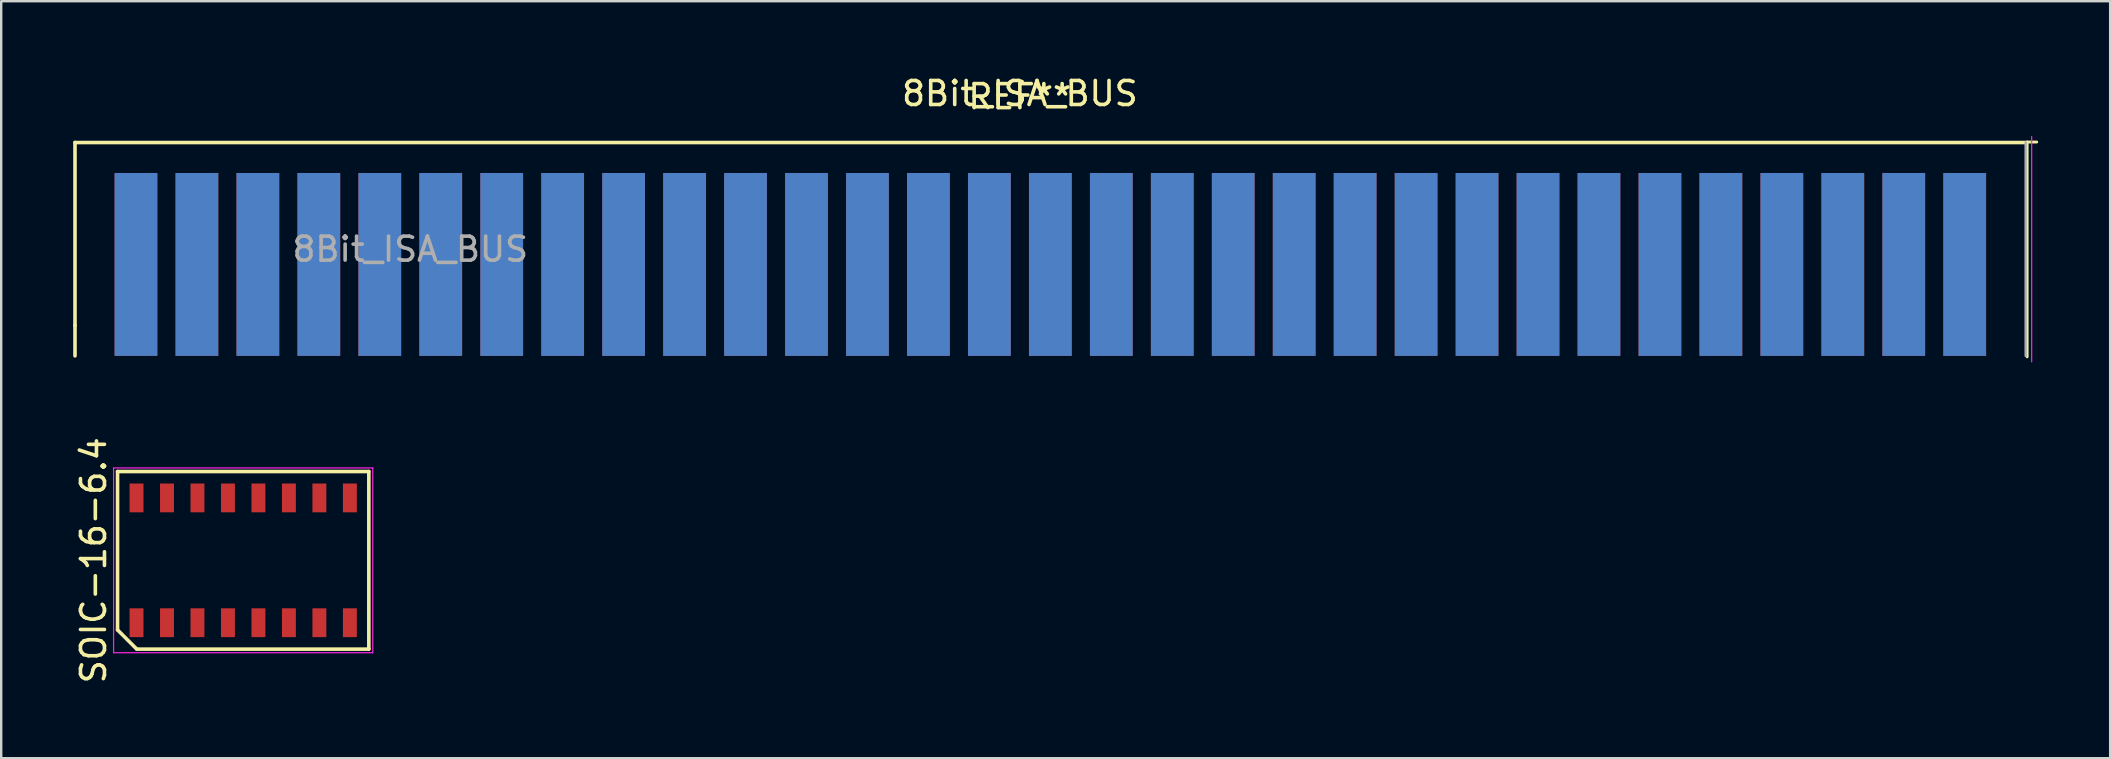
<source format=kicad_pcb>
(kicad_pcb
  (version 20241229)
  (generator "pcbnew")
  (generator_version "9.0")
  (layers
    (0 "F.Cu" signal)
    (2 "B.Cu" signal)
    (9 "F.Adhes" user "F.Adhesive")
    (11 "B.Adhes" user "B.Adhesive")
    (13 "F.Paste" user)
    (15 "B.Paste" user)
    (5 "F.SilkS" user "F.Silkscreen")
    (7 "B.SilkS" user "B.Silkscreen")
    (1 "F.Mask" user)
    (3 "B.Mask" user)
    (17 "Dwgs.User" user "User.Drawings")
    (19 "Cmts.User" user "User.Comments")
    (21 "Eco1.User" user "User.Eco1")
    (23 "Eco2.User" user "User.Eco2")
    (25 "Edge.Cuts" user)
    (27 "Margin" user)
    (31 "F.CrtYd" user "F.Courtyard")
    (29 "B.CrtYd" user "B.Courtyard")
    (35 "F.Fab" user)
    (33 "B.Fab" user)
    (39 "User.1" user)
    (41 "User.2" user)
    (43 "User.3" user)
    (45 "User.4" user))
  (footprint "8Bit_ISA_BUS"
    (layer "F.Cu")
    (at 39.445 0.348)
    (property "Reference" "8Bit_ISA_BUS" (at 0 0.5 0) (layer "F.SilkS") (effects (font (size 1 1) (thickness 0.15))))
    (attr through_hole)
    (fp_line (start -39.37 2.54) (end -39.37 10.16) (stroke (width 0.15) (type solid)) (layer "F.SilkS"))
    (fp_line (start -39.37 10.16) (end -39.37 11.43) (stroke (width 0.15) (type solid)) (layer "F.SilkS"))
    (fp_line (start 41.91 2.54) (end -39.37 2.54) (stroke (width 0.15) (type solid)) (layer "F.SilkS"))
    (fp_line (start 41.97 2.52) (end 42.37 2.52) (stroke (width 0.12) (type solid)) (layer "F.SilkS"))
    (fp_line (start 41.97 11.47) (end 41.97 2.52) (stroke (width 0.12) (type solid)) (layer "F.SilkS"))
    (fp_line (start 42.16 11.68) (end 42.16 2.29) (stroke (width 0.05) (type solid)) (layer "F.CrtYd"))
    (fp_line (start 41.91 2.54) (end 41.91 11.43) (stroke (width 0.1) (type solid)) (layer "F.Fab"))
    (fp_text user "REF**" (at 0 0.63 0) (layer "F.SilkS") (effects (font (size 1 1) (thickness 0.15))))
    (fp_text user "${REFERENCE}" (at -25.4 6.985 0) (layer "F.Fab") (effects (font (size 1 1) (thickness 0.15))))
    (pad "1" connect rect (at 39.37 7.62) (size 1.78 7.62) (layers "B.Cu" "B.Mask"))
    (pad "2" connect rect (at 36.83 7.62) (size 1.78 7.62) (layers "B.Cu" "B.Mask"))
    (pad "3" connect rect (at 34.29 7.62) (size 1.78 7.62) (layers "B.Cu" "B.Mask"))
    (pad "4" connect rect (at 31.75 7.62) (size 1.78 7.62) (layers "B.Cu" "B.Mask"))
    (pad "5" connect rect (at 29.21 7.62) (size 1.78 7.62) (layers "B.Cu" "B.Mask"))
    (pad "6" connect rect (at 26.67 7.62) (size 1.78 7.62) (layers "B.Cu" "B.Mask"))
    (pad "7" connect rect (at 24.13 7.62) (size 1.78 7.62) (layers "B.Cu" "B.Mask"))
    (pad "8" connect rect (at 21.59 7.62) (size 1.78 7.62) (layers "B.Cu" "B.Mask"))
    (pad "9" connect rect (at 19.05 7.62) (size 1.78 7.62) (layers "B.Cu" "B.Mask"))
    (pad "10" connect rect (at 16.51 7.62) (size 1.78 7.62) (layers "B.Cu" "B.Mask"))
    (pad "11" connect rect (at 13.97 7.62) (size 1.78 7.62) (layers "B.Cu" "B.Mask"))
    (pad "12" connect rect (at 11.43 7.62) (size 1.78 7.62) (layers "B.Cu" "B.Mask"))
    (pad "13" connect rect (at 8.89 7.62) (size 1.78 7.62) (layers "B.Cu" "B.Mask"))
    (pad "14" connect rect (at 6.35 7.62) (size 1.78 7.62) (layers "B.Cu" "B.Mask"))
    (pad "15" connect rect (at 3.81 7.62) (size 1.78 7.62) (layers "B.Cu" "B.Mask"))
    (pad "16" connect rect (at 1.27 7.62) (size 1.78 7.62) (layers "B.Cu" "B.Mask"))
    (pad "17" connect rect (at -1.27 7.62) (size 1.78 7.62) (layers "B.Cu" "B.Mask"))
    (pad "18" connect rect (at -3.81 7.62) (size 1.78 7.62) (layers "B.Cu" "B.Mask"))
    (pad "19" connect rect (at -6.35 7.62) (size 1.78 7.62) (layers "B.Cu" "B.Mask"))
    (pad "20" connect rect (at -8.89 7.62) (size 1.78 7.62) (layers "B.Cu" "B.Mask"))
    (pad "21" connect rect (at -11.43 7.62) (size 1.78 7.62) (layers "B.Cu" "B.Mask"))
    (pad "22" connect rect (at -13.97 7.62) (size 1.78 7.62) (layers "B.Cu" "B.Mask"))
    (pad "23" connect rect (at -16.51 7.62) (size 1.78 7.62) (layers "B.Cu" "B.Mask"))
    (pad "24" connect rect (at -19.05 7.62) (size 1.78 7.62) (layers "B.Cu" "B.Mask"))
    (pad "25" connect rect (at -21.59 7.62) (size 1.78 7.62) (layers "B.Cu" "B.Mask"))
    (pad "26" connect rect (at -24.13 7.62) (size 1.78 7.62) (layers "B.Cu" "B.Mask"))
    (pad "27" connect rect (at -26.67 7.62) (size 1.78 7.62) (layers "B.Cu" "B.Mask"))
    (pad "28" connect rect (at -29.21 7.62) (size 1.78 7.62) (layers "B.Cu" "B.Mask"))
    (pad "29" connect rect (at -31.75 7.62) (size 1.78 7.62) (layers "B.Cu" "B.Mask"))
    (pad "30" connect rect (at -34.29 7.62) (size 1.78 7.62) (layers "B.Cu" "B.Mask"))
    (pad "31" connect rect (at -36.83 7.62) (size 1.78 7.62) (layers "B.Cu" "B.Mask"))
    (pad "32" connect rect (at 39.37 7.62) (size 1.78 7.62) (layers "F.Cu" "F.Mask"))
    (pad "33" connect rect (at 36.83 7.62) (size 1.78 7.62) (layers "F.Cu" "F.Mask"))
    (pad "34" connect rect (at 34.29 7.62) (size 1.78 7.62) (layers "F.Cu" "F.Mask"))
    (pad "35" connect rect (at 31.75 7.62) (size 1.78 7.62) (layers "F.Cu" "F.Mask"))
    (pad "36" connect rect (at 29.21 7.62) (size 1.78 7.62) (layers "F.Cu" "F.Mask"))
    (pad "37" connect rect (at 26.67 7.62) (size 1.78 7.62) (layers "F.Cu" "F.Mask"))
    (pad "38" connect rect (at 24.13 7.62) (size 1.78 7.62) (layers "F.Cu" "F.Mask"))
    (pad "39" connect rect (at 21.59 7.62) (size 1.78 7.62) (layers "F.Cu" "F.Mask"))
    (pad "40" connect rect (at 19.05 7.62) (size 1.78 7.62) (layers "F.Cu" "F.Mask"))
    (pad "41" connect rect (at 16.51 7.62) (size 1.78 7.62) (layers "F.Cu" "F.Mask"))
    (pad "42" connect rect (at 13.97 7.62) (size 1.78 7.62) (layers "F.Cu" "F.Mask"))
    (pad "43" connect rect (at 11.43 7.62) (size 1.78 7.62) (layers "F.Cu" "F.Mask"))
    (pad "44" connect rect (at 8.89 7.62) (size 1.78 7.62) (layers "F.Cu" "F.Mask"))
    (pad "45" connect rect (at 6.35 7.62) (size 1.78 7.62) (layers "F.Cu" "F.Mask"))
    (pad "46" connect rect (at 3.81 7.62) (size 1.78 7.62) (layers "F.Cu" "F.Mask"))
    (pad "47" connect rect (at 1.27 7.62) (size 1.78 7.62) (layers "F.Cu" "F.Mask"))
    (pad "48" connect rect (at -1.27 7.62) (size 1.78 7.62) (layers "F.Cu" "F.Mask"))
    (pad "49" connect rect (at -3.81 7.62) (size 1.78 7.62) (layers "F.Cu" "F.Mask"))
    (pad "50" connect rect (at -6.35 7.62) (size 1.78 7.62) (layers "F.Cu" "F.Mask"))
    (pad "51" connect rect (at -8.89 7.62) (size 1.78 7.62) (layers "F.Cu" "F.Mask"))
    (pad "52" connect rect (at -11.43 7.62) (size 1.78 7.62) (layers "F.Cu" "F.Mask"))
    (pad "53" connect rect (at -13.97 7.62) (size 1.78 7.62) (layers "F.Cu" "F.Mask"))
    (pad "54" connect rect (at -16.51 7.62) (size 1.78 7.62) (layers "F.Cu" "F.Mask"))
    (pad "55" connect rect (at -19.05 7.62) (size 1.78 7.62) (layers "F.Cu" "F.Mask"))
    (pad "56" connect rect (at -21.59 7.62) (size 1.78 7.62) (layers "F.Cu" "F.Mask"))
    (pad "57" connect rect (at -24.13 7.62) (size 1.78 7.62) (layers "F.Cu" "F.Mask"))
    (pad "58" connect rect (at -26.67 7.62) (size 1.78 7.62) (layers "F.Cu" "F.Mask"))
    (pad "59" connect rect (at -29.21 7.62) (size 1.78 7.62) (layers "F.Cu" "F.Mask"))
    (pad "60" connect rect (at -31.75 7.62) (size 1.78 7.62) (layers "F.Cu" "F.Mask"))
    (pad "61" connect rect (at -34.29 7.62) (size 1.78 7.62) (layers "F.Cu" "F.Mask"))
    (pad "62" connect rect (at -36.83 7.62) (size 1.78 7.62) (layers "F.Cu" "F.Mask")))
  (footprint "SOIC-16-6.4"
    (layer "F.Cu")
    (at 7.083 20.297)
    (property "Reference" "SOIC-16-6.4" (at -6.235 0 90) (layer "F.SilkS") (effects (font (size 1 1) (thickness 0.15))))
    (attr smd)
    (fp_line (start -5.235 -3.7) (end 5.235 -3.7) (stroke (width 0.15) (type solid)) (layer "F.SilkS"))
    (fp_line (start -5.235 2.9) (end -5.235 -3.7) (stroke (width 0.15) (type solid)) (layer "F.SilkS"))
    (fp_line (start -4.435 3.7) (end -5.235 2.9) (stroke (width 0.15) (type solid)) (layer "F.SilkS"))
    (fp_line (start 5.235 -3.7) (end 5.235 3.7) (stroke (width 0.15) (type solid)) (layer "F.SilkS"))
    (fp_line (start 5.235 3.7) (end -4.435 3.7) (stroke (width 0.15) (type solid)) (layer "F.SilkS"))
    (fp_line (start -5.4 -3.85) (end 5.4 -3.85) (stroke (width 0.05) (type solid)) (layer "F.CrtYd"))
    (fp_line (start -5.4 3.85) (end -5.4 -3.85) (stroke (width 0.05) (type solid)) (layer "F.CrtYd"))
    (fp_line (start 5.4 -3.85) (end 5.4 3.85) (stroke (width 0.05) (type solid)) (layer "F.CrtYd"))
    (fp_line (start 5.4 3.85) (end -5.4 3.85) (stroke (width 0.05) (type solid)) (layer "F.CrtYd"))
    (pad "1" smd rect (at -4.445 2.6) (size 0.58 1.2) (layers "F.Cu" "F.Mask" "F.Paste"))
    (pad "2" smd rect (at -3.175 2.6) (size 0.58 1.2) (layers "F.Cu" "F.Mask" "F.Paste"))
    (pad "3" smd rect (at -1.905 2.6) (size 0.58 1.2) (layers "F.Cu" "F.Mask" "F.Paste"))
    (pad "4" smd rect (at -0.635 2.6) (size 0.58 1.2) (layers "F.Cu" "F.Mask" "F.Paste"))
    (pad "5" smd rect (at 0.635 2.6) (size 0.58 1.2) (layers "F.Cu" "F.Mask" "F.Paste"))
    (pad "6" smd rect (at 1.905 2.6) (size 0.58 1.2) (layers "F.Cu" "F.Mask" "F.Paste"))
    (pad "7" smd rect (at 3.175 2.6) (size 0.58 1.2) (layers "F.Cu" "F.Mask" "F.Paste"))
    (pad "8" smd rect (at 4.445 2.6) (size 0.58 1.2) (layers "F.Cu" "F.Mask" "F.Paste"))
    (pad "9" smd rect (at 4.445 -2.6) (size 0.58 1.2) (layers "F.Cu" "F.Mask" "F.Paste"))
    (pad "10" smd rect (at 3.175 -2.6) (size 0.58 1.2) (layers "F.Cu" "F.Mask" "F.Paste"))
    (pad "11" smd rect (at 1.905 -2.6) (size 0.58 1.2) (layers "F.Cu" "F.Mask" "F.Paste"))
    (pad "12" smd rect (at 0.635 -2.6) (size 0.58 1.2) (layers "F.Cu" "F.Mask" "F.Paste"))
    (pad "13" smd rect (at -0.635 -2.6) (size 0.58 1.2) (layers "F.Cu" "F.Mask" "F.Paste"))
    (pad "14" smd rect (at -1.905 -2.6) (size 0.58 1.2) (layers "F.Cu" "F.Mask" "F.Paste"))
    (pad "15" smd rect (at -3.175 -2.6) (size 0.58 1.2) (layers "F.Cu" "F.Mask" "F.Paste"))
    (pad "16" smd rect (at -4.445 -2.6) (size 0.58 1.2) (layers "F.Cu" "F.Mask" "F.Paste")))
  (gr_rect
    (start -3 -3)
    (end 84.875 28.541)
    (stroke (width 0.1) (type default))
    (fill no)
    (layer "Edge.Cuts")))
</source>
